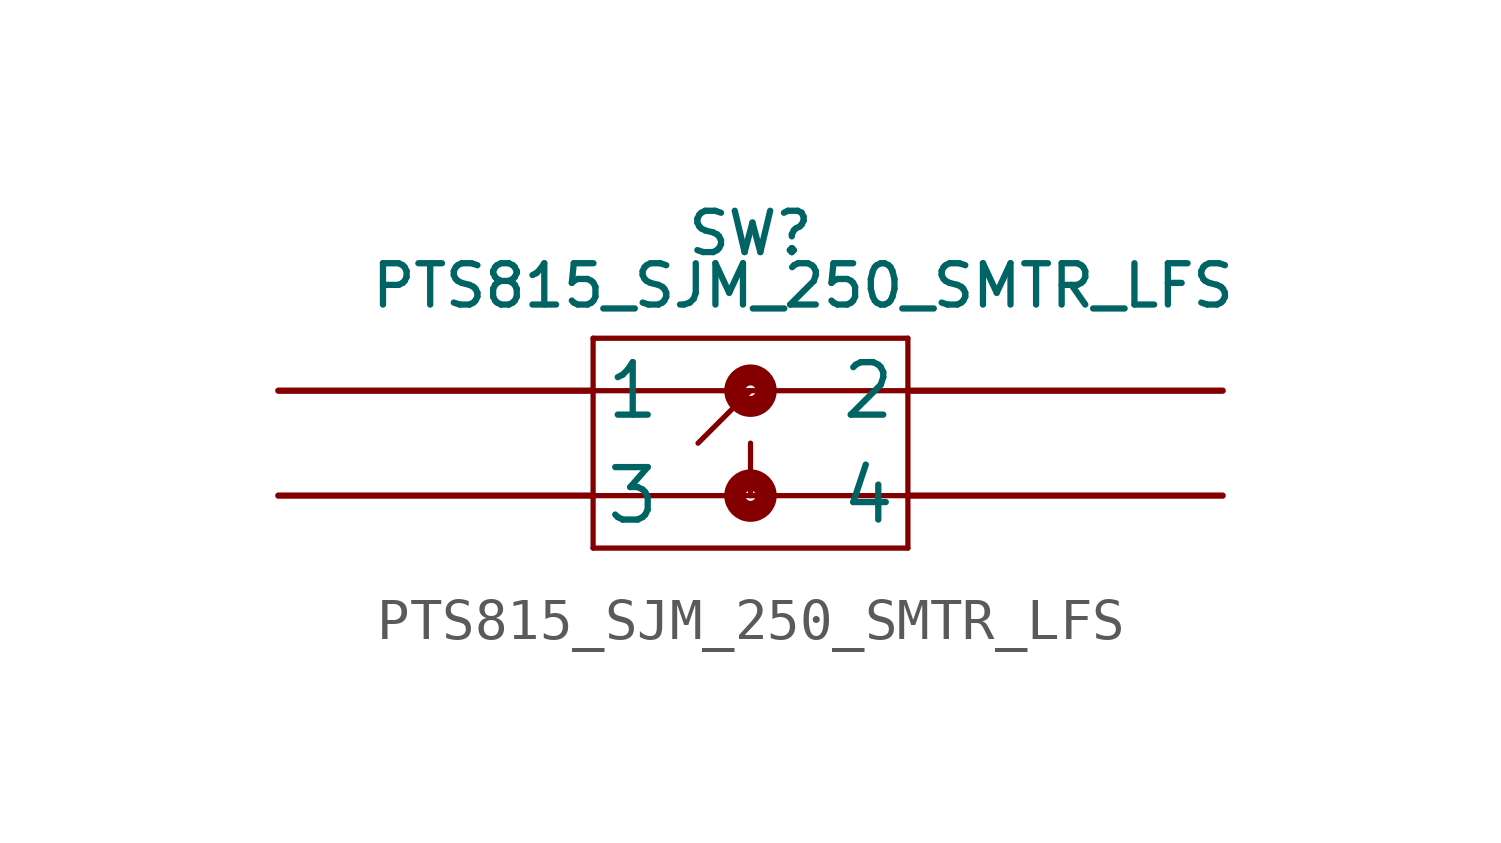
<source format=kicad_sym>
(kicad_symbol_lib
  (version 20211014)
  (generator kicad_symbol_editor)
  (symbol "PTS815_SJM_250_SMTR_LFS"
    (pin_numbers hide)
    (pin_names
      (offset 0.254))
    (property "Reference" "SW"
      (at 11.43 5.08 0)
      (effects (font (size 1 1))))
    (property "Value" "PTS815_SJM_250_SMTR_LFS"
      (at 12.7 3.81 0)
      (effects (font (size 1 1))))
    (symbol "PTS815_SJM_250_SMTR_LFS_0_1"
      (polyline (pts (xy 7.62 -2.54) (xy 15.24 -2.54)) (stroke (width 0.127) (type default) (color 0 0 0 0)) (fill (type none)))
      (polyline (pts (xy 7.62 -1.27) (xy 15.24 -1.27)) (stroke (width 0.127) (type default) (color 0 0 0 0)) (fill (type none)))
      (polyline (pts (xy 7.62 2.54) (xy 7.62 -2.54)) (stroke (width 0.127) (type default) (color 0 0 0 0)) (fill (type none)))
      (polyline (pts (xy 10.16 0) (xy 11.43 1.27)) (stroke (width 0.127) (type default) (color 0 0 0 0)) (fill (type none)))
      (polyline (pts (xy 11.43 0) (xy 11.43 -1.27)) (stroke (width 0.127) (type default) (color 0 0 0 0)) (fill (type none)))
      (polyline (pts (xy 15.24 -2.54) (xy 15.24 2.54)) (stroke (width 0.127) (type default) (color 0 0 0 0)) (fill (type none)))
      (polyline (pts (xy 15.24 1.27) (xy 7.62 1.27)) (stroke (width 0.127) (type default) (color 0 0 0 0)) (fill (type none)))
      (polyline (pts (xy 15.24 2.54) (xy 7.62 2.54)) (stroke (width 0.127) (type default) (color 0 0 0 0)) (fill (type none)))
      (circle (center 11.43 -1.27) (radius 0.127) (stroke (width 0.508) (type default) (color 0 0 0 0)) (fill (type none)))
      (circle (center 11.43 1.27) (radius 0.127) (stroke (width 0.508) (type default) (color 0 0 0 0)) (fill (type none)))
      (pin bidirectional line (at 0 1.27 0) (length 7.62) (name "1" (effects (font (size 1.27 1.27)))) (number "1" (effects (font (size 1.27 1.27)))))
      (pin bidirectional line (at 22.86 1.27 180) (length 7.62) (name "2" (effects (font (size 1.27 1.27)))) (number "2" (effects (font (size 1.27 1.27)))))
      (pin bidirectional line (at 0 -1.27 0) (length 7.62) (name "3" (effects (font (size 1.27 1.27)))) (number "3" (effects (font (size 1.27 1.27)))))
      (pin bidirectional line (at 22.86 -1.27 180) (length 7.62) (name "4" (effects (font (size 1.27 1.27)))) (number "4" (effects (font (size 1.27 1.27))))))))
</source>
